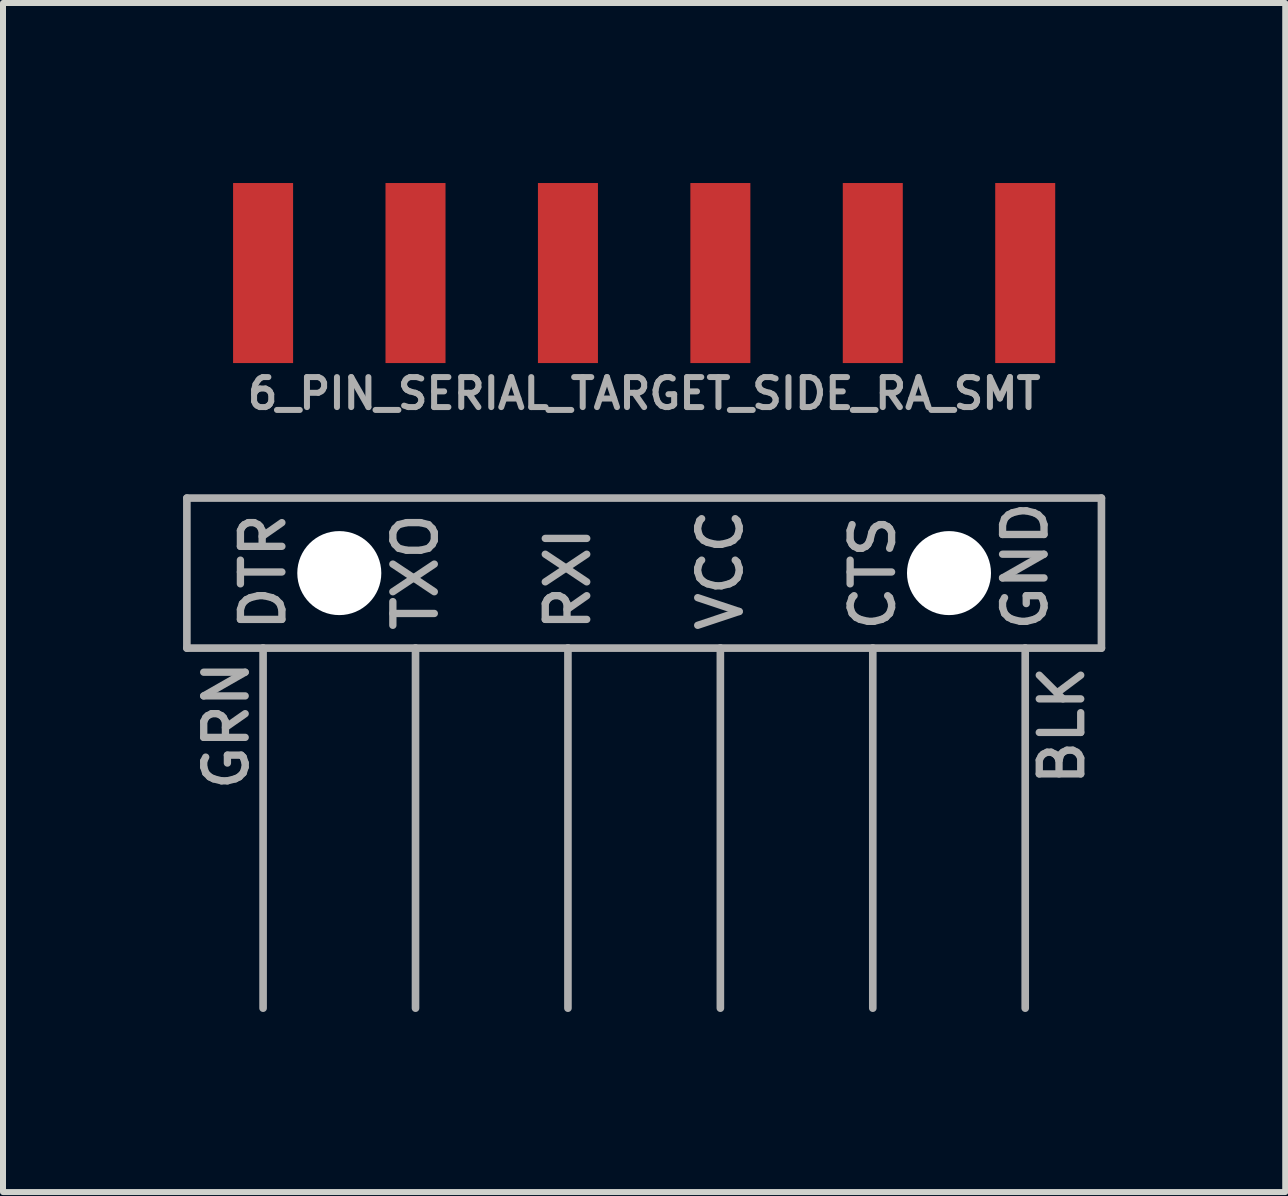
<source format=kicad_pcb>
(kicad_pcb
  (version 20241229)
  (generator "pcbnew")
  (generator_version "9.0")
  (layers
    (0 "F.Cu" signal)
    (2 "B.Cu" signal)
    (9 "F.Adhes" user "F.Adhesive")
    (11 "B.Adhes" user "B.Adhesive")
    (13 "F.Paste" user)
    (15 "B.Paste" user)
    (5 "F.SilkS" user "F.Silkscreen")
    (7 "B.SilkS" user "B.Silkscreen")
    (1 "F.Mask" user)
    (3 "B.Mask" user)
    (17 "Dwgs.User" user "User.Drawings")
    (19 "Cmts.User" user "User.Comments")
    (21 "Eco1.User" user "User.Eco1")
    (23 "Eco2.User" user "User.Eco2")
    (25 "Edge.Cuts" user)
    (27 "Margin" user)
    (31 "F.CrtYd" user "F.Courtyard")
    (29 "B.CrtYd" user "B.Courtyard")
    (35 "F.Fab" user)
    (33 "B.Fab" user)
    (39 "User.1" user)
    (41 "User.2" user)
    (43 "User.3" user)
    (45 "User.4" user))
  (footprint "6_PIN_SERIAL_TARGET_SIDE_RA_SMT"
    (layer "F.Cu")
    (at 7.684 6.5)
    (property "Reference" "6_PIN_SERIAL_TARGET_SIDE_RA_SMT" (at 0 -2.7 0) (layer "F.Fab") (effects (font (size 0.5 0.5) (thickness 0.1)) (justify bottom)))
    (fp_line (start -7.62 -1.25) (end -7.62 1.25) (stroke (width 0.127) (type solid)) (layer "F.Fab"))
    (fp_line (start -7.62 1.25) (end -6.35 1.25) (stroke (width 0.127) (type solid)) (layer "F.Fab"))
    (fp_line (start -6.35 1.25) (end -6.35 7.25) (stroke (width 0.127) (type solid)) (layer "F.Fab"))
    (fp_line (start -6.35 1.25) (end -3.81 1.25) (stroke (width 0.127) (type solid)) (layer "F.Fab"))
    (fp_line (start -3.81 1.25) (end -3.81 7.25) (stroke (width 0.127) (type solid)) (layer "F.Fab"))
    (fp_line (start -3.81 1.25) (end -1.27 1.25) (stroke (width 0.127) (type solid)) (layer "F.Fab"))
    (fp_line (start -1.27 1.25) (end -1.27 7.25) (stroke (width 0.127) (type solid)) (layer "F.Fab"))
    (fp_line (start -1.27 1.25) (end 1.27 1.25) (stroke (width 0.127) (type solid)) (layer "F.Fab"))
    (fp_line (start 1.27 1.25) (end 1.27 7.25) (stroke (width 0.127) (type solid)) (layer "F.Fab"))
    (fp_line (start 1.27 1.25) (end 3.81 1.25) (stroke (width 0.127) (type solid)) (layer "F.Fab"))
    (fp_line (start 3.81 1.25) (end 3.81 7.25) (stroke (width 0.127) (type solid)) (layer "F.Fab"))
    (fp_line (start 3.81 1.25) (end 6.35 1.25) (stroke (width 0.127) (type solid)) (layer "F.Fab"))
    (fp_line (start 6.35 1.25) (end 6.35 7.25) (stroke (width 0.127) (type solid)) (layer "F.Fab"))
    (fp_line (start 6.35 1.25) (end 7.62 1.25) (stroke (width 0.127) (type solid)) (layer "F.Fab"))
    (fp_line (start 7.62 -1.25) (end -7.62 -1.25) (stroke (width 0.127) (type solid)) (layer "F.Fab"))
    (fp_line (start 7.62 1.25) (end 7.62 -1.25) (stroke (width 0.127) (type solid)) (layer "F.Fab"))
    (fp_text user "TXO" (at -3.81 1.016 90) (layer "F.Fab") (effects (font (size 0.691 0.691) (thickness 0.122)) (justify left)))
    (fp_text user "DTR" (at -6.35 1.016 90) (layer "F.Fab") (effects (font (size 0.691 0.691) (thickness 0.122)) (justify left)))
    (fp_text user "GRN" (at -7.366 2.54 90) (layer "F.Fab") (effects (font (size 0.691 0.691) (thickness 0.122)) (justify top)))
    (fp_text user "RXI" (at -1.27 1.016 90) (layer "F.Fab") (effects (font (size 0.691 0.691) (thickness 0.122)) (justify left)))
    (fp_text user "VCC" (at 1.27 1.016 90) (layer "F.Fab") (effects (font (size 0.691 0.691) (thickness 0.122)) (justify left)))
    (fp_text user "GND" (at 6.35 1.016 90) (layer "F.Fab") (effects (font (size 0.691 0.691) (thickness 0.122)) (justify left)))
    (fp_text user "BLK" (at 7.366 2.54 90) (layer "F.Fab") (effects (font (size 0.691 0.691) (thickness 0.122)) (justify bottom)))
    (fp_text user "CTS" (at 3.81 1.016 90) (layer "F.Fab") (effects (font (size 0.691 0.691) (thickness 0.122)) (justify left)))
    (pad "" np_thru_hole circle (at -5.08 0) (size 1.4 1.4) (drill 1.4) (layers "*.Cu" "*.Mask"))
    (pad "" np_thru_hole circle (at 5.08 0) (size 1.4 1.4) (drill 1.4) (layers "*.Cu" "*.Mask"))
    (pad "1" smd rect (at -6.35 -5 90) (size 3 1) (layers "F.Cu" "F.Mask" "F.Paste"))
    (pad "2" smd rect (at -3.81 -5 90) (size 3 1) (layers "F.Cu" "F.Mask" "F.Paste"))
    (pad "3" smd rect (at -1.27 -5 90) (size 3 1) (layers "F.Cu" "F.Mask" "F.Paste"))
    (pad "4" smd rect (at 1.27 -5 90) (size 3 1) (layers "F.Cu" "F.Mask" "F.Paste"))
    (pad "5" smd rect (at 3.81 -5 90) (size 3 1) (layers "F.Cu" "F.Mask" "F.Paste"))
    (pad "6" smd rect (at 6.35 -5 90) (size 3 1) (layers "F.Cu" "F.Mask" "F.Paste")))
  (gr_rect
    (start -3 -3)
    (end 18.367 16.814)
    (stroke (width 0.1) (type default))
    (fill no)
    (layer "Edge.Cuts")))
</source>
